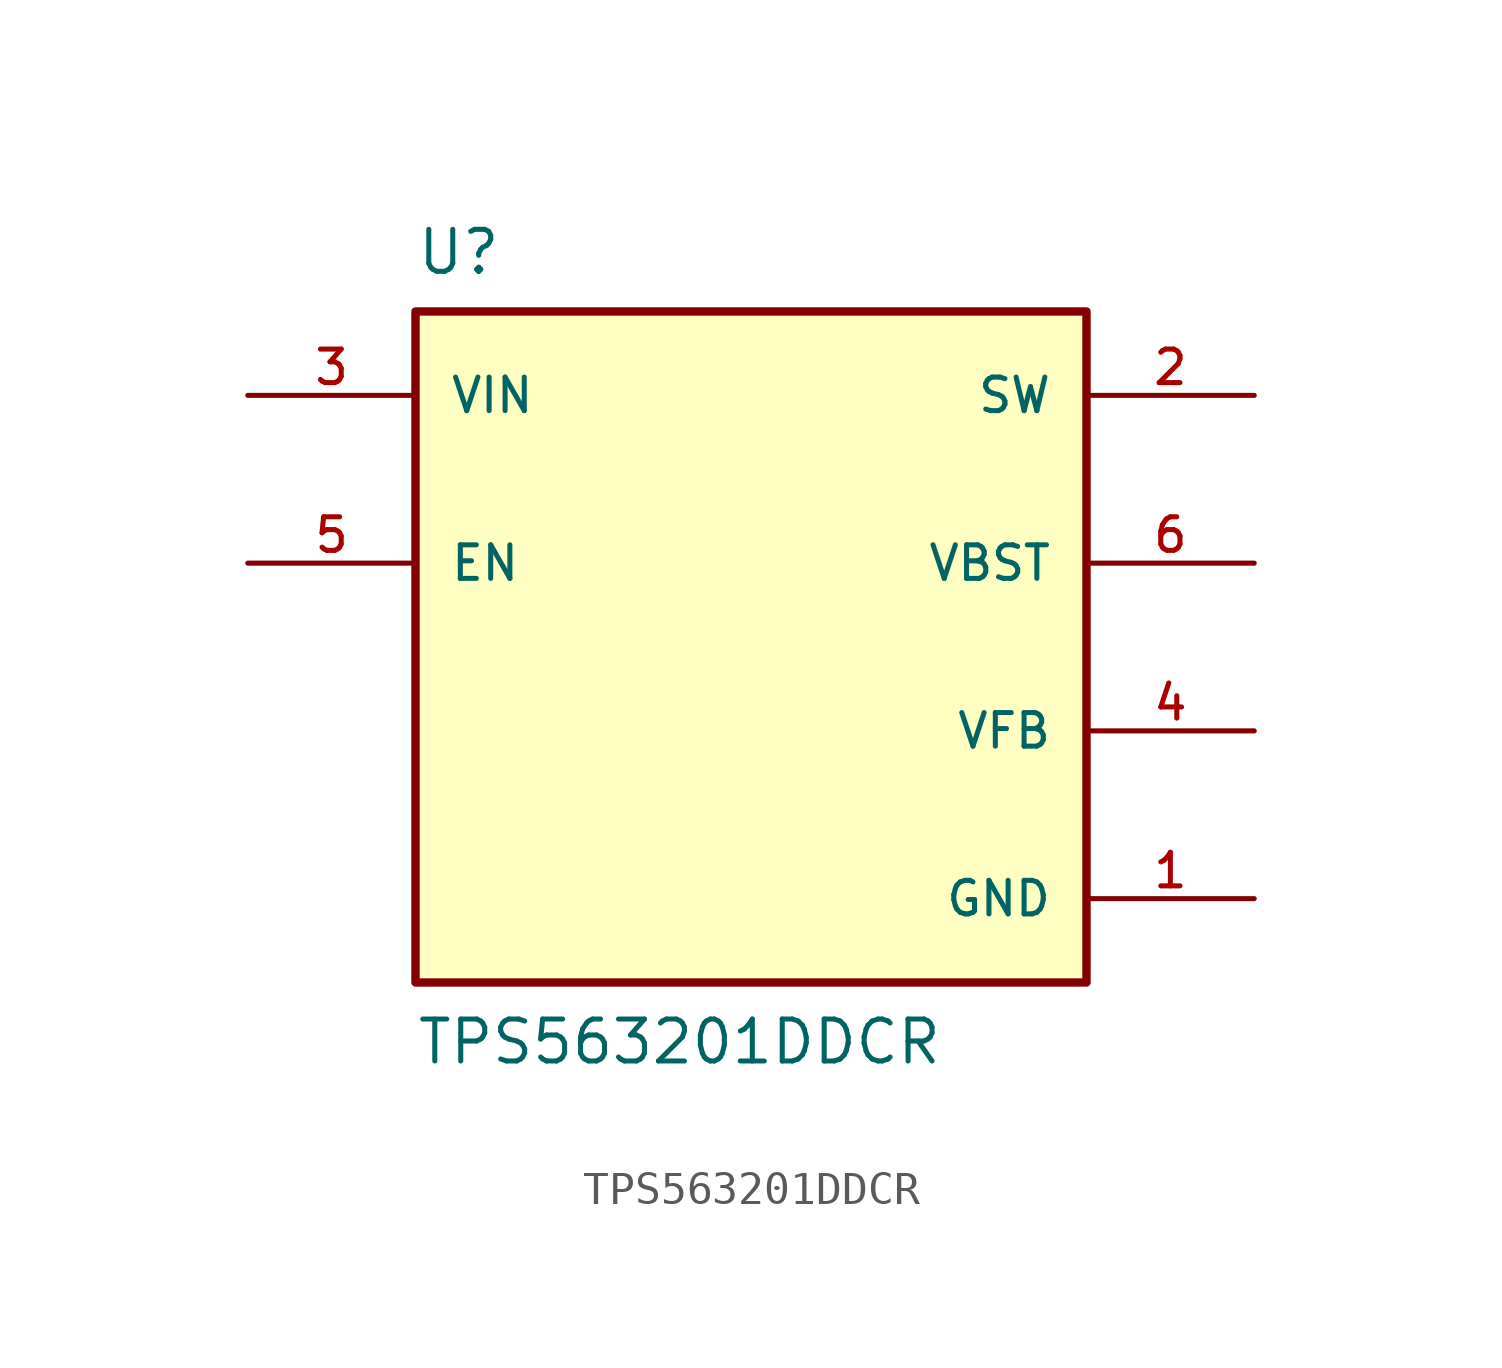
<source format=kicad_sym>
(kicad_symbol_lib
  (version 20211014)
  (generator kicad_symbol_editor)
  (symbol "TPS563201DDCR"
    (pin_names
      (offset 1.016))
    (property "Reference" "U"
      (at -10.16 12.7 0)
      (effects (font (size 1.27 1.27)) (justify top left)))
    (property "Value" "TPS563201DDCR"
      (at -10.16 -12.7 0)
      (effects (font (size 1.27 1.27)) (justify bottom left)))
    (symbol "TPS563201DDCR_0_0"
      (rectangle (start -10.16 -10.16) (end 10.16 10.16) (stroke (width 0.254)) (fill (type background)))
      (pin power_in line (at 15.24 -7.62 180.0) (length 5.08) (name "GND" (effects (font (size 1.016 1.016)))) (number "1" (effects (font (size 1.016 1.016)))))
      (pin output line (at 15.24 7.62 180.0) (length 5.08) (name "SW" (effects (font (size 1.016 1.016)))) (number "2" (effects (font (size 1.016 1.016)))))
      (pin input line (at -15.24 7.62 0) (length 5.08) (name "VIN" (effects (font (size 1.016 1.016)))) (number "3" (effects (font (size 1.016 1.016)))))
      (pin input line (at 15.24 -2.54 180.0) (length 5.08) (name "VFB" (effects (font (size 1.016 1.016)))) (number "4" (effects (font (size 1.016 1.016)))))
      (pin input line (at -15.24 2.54 0) (length 5.08) (name "EN" (effects (font (size 1.016 1.016)))) (number "5" (effects (font (size 1.016 1.016)))))
      (pin output line (at 15.24 2.54 180.0) (length 5.08) (name "VBST" (effects (font (size 1.016 1.016)))) (number "6" (effects (font (size 1.016 1.016))))))))
</source>
